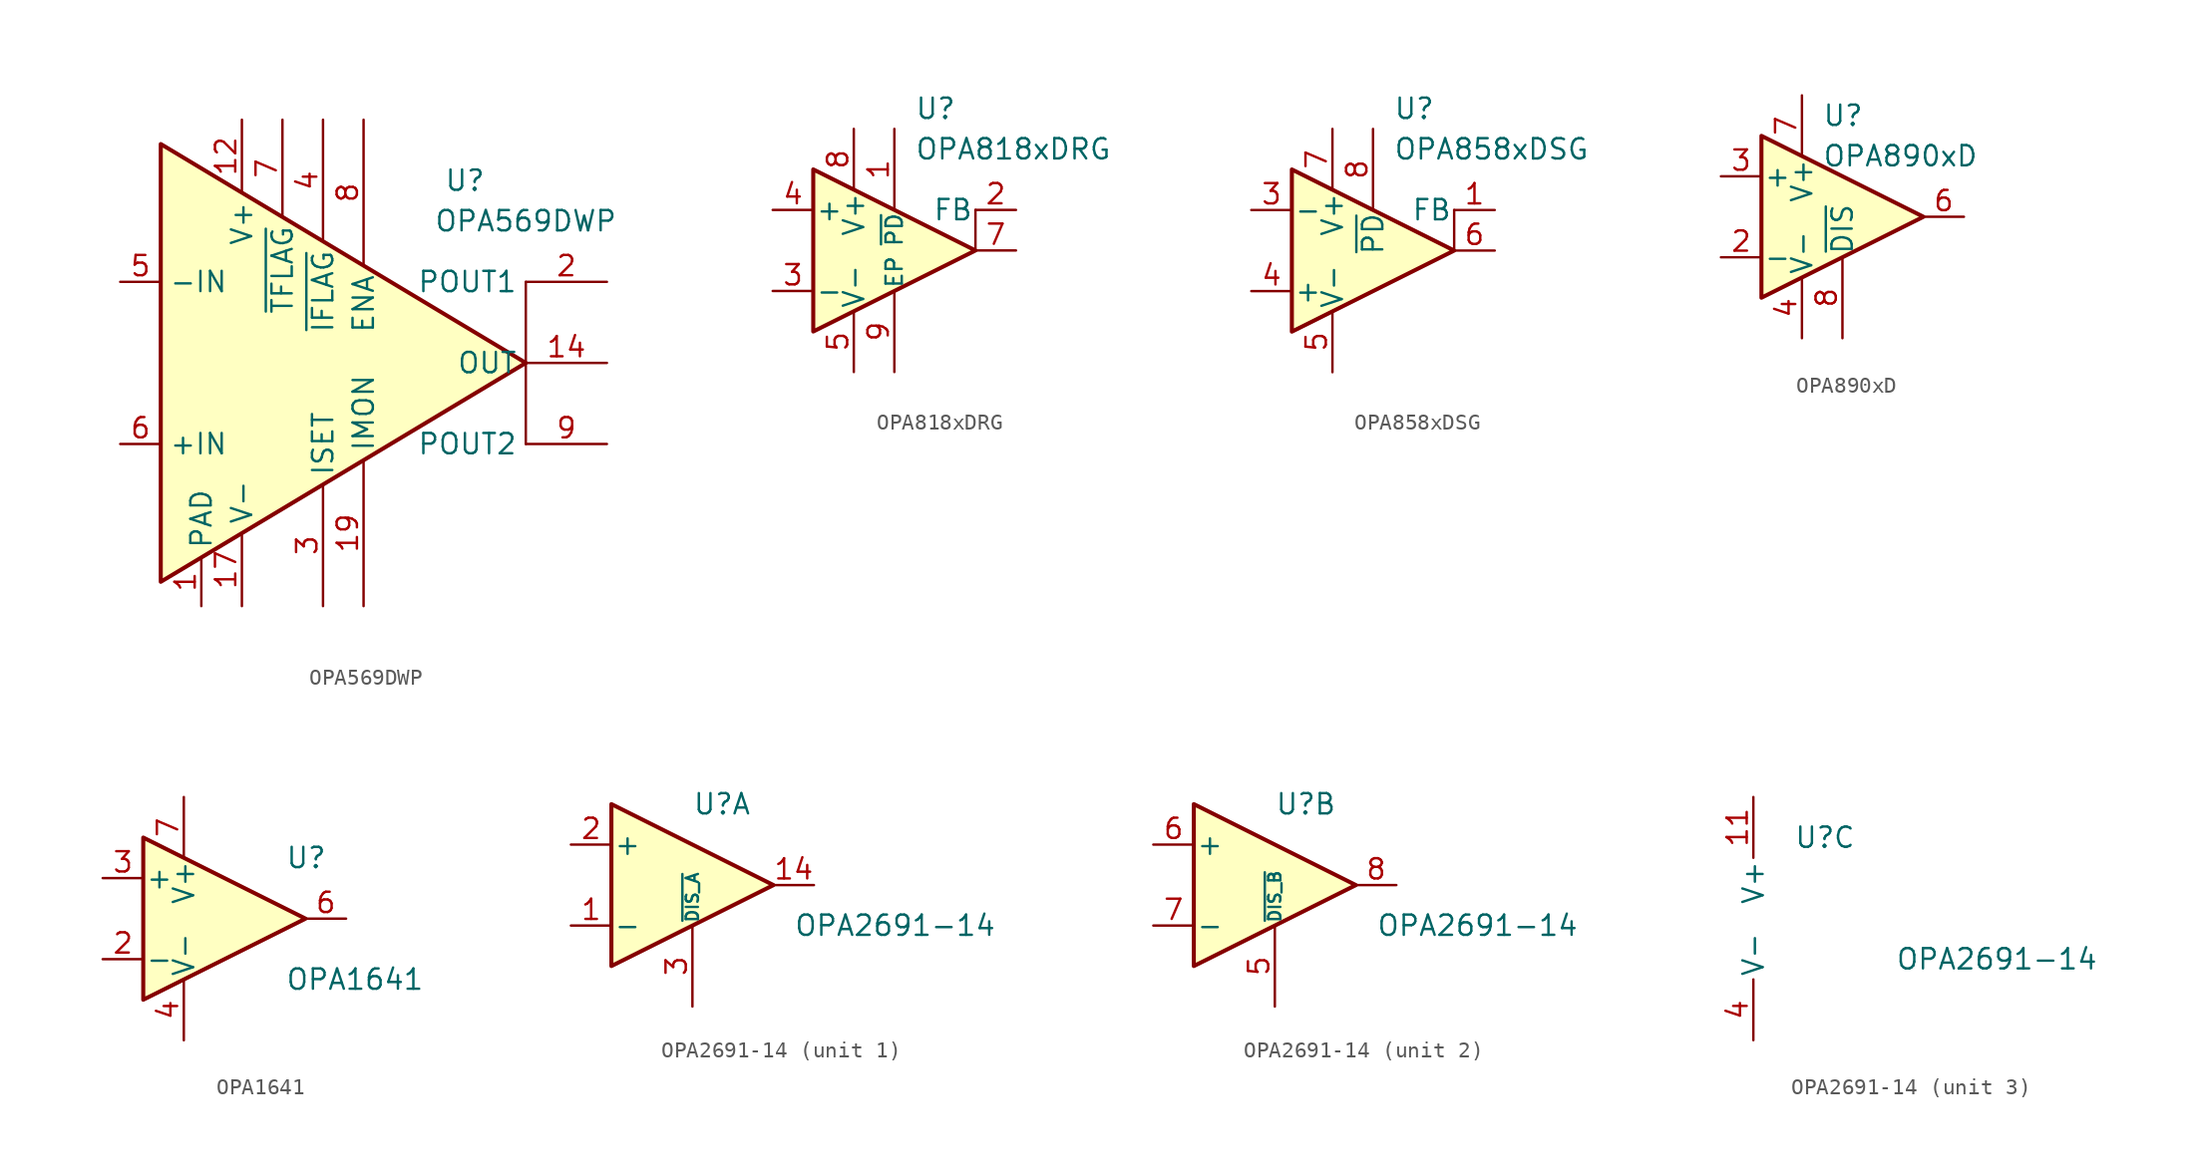
<source format=kicad_sym>
(kicad_symbol_lib
  (version 20231120)
  (generator "kicad_symbol_editor")
  (generator_version "8.0")
  (symbol "OPA569DWP"
    (property "Reference" "U"
      (at 6.35 11.43 0)
      (effects (font (size 1.27 1.27))))
    (property "Value" "OPA569DWP"
      (at 10.16 8.89 0)
      (effects (font (size 1.27 1.27))))
    (symbol "OPA569DWP_0_0"
      (pin no_connect line (at -12.7 0 0) (length 2.54) hide (name "NC" (effects (font (size 1.27 1.27)))) (number "16" (effects (font (size 1.27 1.27)))))
      (pin passive line (at -10.16 -15.24 90) (length 3.048) hide (name "PAD" (effects (font (size 1.27 1.27)))) (number "21" (effects (font (size 1.27 1.27))))))
    (symbol "OPA569DWP_0_1"
      (polyline (pts (xy 10.16 5.08) (xy 10.16 -5.08)) (stroke (width 0.152) (type default)) (fill (type none)))
      (polyline (pts (xy 10.16 0) (xy -12.7 -13.716) (xy -12.7 13.716) (xy 10.16 0)) (stroke (width 0.254) (type default)) (fill (type background))))
    (symbol "OPA569DWP_1_1"
      (pin power_in line (at -10.16 -15.24 90) (length 3.048) (name "PAD" (effects (font (size 1.27 1.27)))) (number "1" (effects (font (size 1.27 1.27)))))
      (pin passive line (at -10.16 -15.24 90) (length 3.048) hide (name "PAD" (effects (font (size 1.27 1.27)))) (number "10" (effects (font (size 1.27 1.27)))))
      (pin passive line (at -10.16 -15.24 90) (length 3.048) hide (name "PAD" (effects (font (size 1.27 1.27)))) (number "11" (effects (font (size 1.27 1.27)))))
      (pin power_in line (at -7.62 15.24 270) (length 4.572) (name "V+" (effects (font (size 1.27 1.27)))) (number "12" (effects (font (size 1.27 1.27)))))
      (pin passive line (at -7.62 15.24 270) (length 4.572) hide (name "V+" (effects (font (size 1.27 1.27)))) (number "13" (effects (font (size 1.27 1.27)))))
      (pin output line (at 15.24 0 180) (length 5.08) (name "OUT" (effects (font (size 1.27 1.27)))) (number "14" (effects (font (size 1.27 1.27)))))
      (pin passive line (at 15.24 0 180) (length 5.08) hide (name "OUT" (effects (font (size 1.27 1.27)))) (number "15" (effects (font (size 1.27 1.27)))))
      (pin power_in line (at -7.62 -15.24 90) (length 4.572) (name "V-" (effects (font (size 1.27 1.27)))) (number "17" (effects (font (size 1.27 1.27)))))
      (pin passive line (at -7.62 -15.24 90) (length 4.572) hide (name "V-" (effects (font (size 1.27 1.27)))) (number "18" (effects (font (size 1.27 1.27)))))
      (pin output line (at 0 -15.24 90) (length 9.144) (name "IMON" (effects (font (size 1.27 1.27)))) (number "19" (effects (font (size 1.27 1.27)))))
      (pin output line (at 15.24 5.08 180) (length 5.08) (name "POUT1" (effects (font (size 1.27 1.27)))) (number "2" (effects (font (size 1.27 1.27)))))
      (pin passive line (at -10.16 -15.24 90) (length 3.048) hide (name "PAD" (effects (font (size 1.27 1.27)))) (number "20" (effects (font (size 1.27 1.27)))))
      (pin output line (at -2.54 -15.24 90) (length 7.62) (name "ISET" (effects (font (size 1.27 1.27)))) (number "3" (effects (font (size 1.27 1.27)))))
      (pin output line (at -2.54 15.24 270) (length 7.62) (name "~{IFLAG}" (effects (font (size 1.27 1.27)))) (number "4" (effects (font (size 1.27 1.27)))))
      (pin input line (at -15.24 5.08 0) (length 2.54) (name "-IN" (effects (font (size 1.27 1.27)))) (number "5" (effects (font (size 1.27 1.27)))))
      (pin input line (at -15.24 -5.08 0) (length 2.54) (name "+IN" (effects (font (size 1.27 1.27)))) (number "6" (effects (font (size 1.27 1.27)))))
      (pin output line (at -5.08 15.24 270) (length 6.096) (name "~{TFLAG}" (effects (font (size 1.27 1.27)))) (number "7" (effects (font (size 1.27 1.27)))))
      (pin input line (at 0 15.24 270) (length 9.144) (name "ENA" (effects (font (size 1.27 1.27)))) (number "8" (effects (font (size 1.27 1.27)))))
      (pin output line (at 15.24 -5.08 180) (length 5.08) (name "POUT2" (effects (font (size 1.27 1.27)))) (number "9" (effects (font (size 1.27 1.27)))))))
  (symbol "OPA818xDRG"
    (pin_names
      (offset 0.127))
    (property "Reference" "U"
      (at 1.27 8.89 0)
      (effects (font (size 1.27 1.27)) (justify left)))
    (property "Value" "OPA818xDRG"
      (at 1.27 6.35 0)
      (effects (font (size 1.27 1.27)) (justify left)))
    (symbol "OPA818xDRG_0_0"
      (pin input line (at 0 7.62 270) (length 5.08) (name "~{PD}" (effects (font (size 1.016 1.016)))) (number "1" (effects (font (size 1.27 1.27)))))
      (pin power_in line (at -2.54 7.62 270) (length 3.81) (name "V+" (effects (font (size 1.27 1.27)))) (number "8" (effects (font (size 1.27 1.27)))))
      (pin passive line (at 0 -7.62 90) (length 5.08) (name "EP" (effects (font (size 1.016 1.016)))) (number "9" (effects (font (size 1.27 1.27))))))
    (symbol "OPA818xDRG_0_1"
      (polyline (pts (xy 5.08 0) (xy 5.08 2.54)) (stroke (width 0.152) (type default)) (fill (type none)))
      (polyline (pts (xy -5.08 5.08) (xy 5.08 0) (xy -5.08 -5.08) (xy -5.08 5.08)) (stroke (width 0.254) (type default)) (fill (type background)))
      (pin no_connect line (at -5.08 -5.08 90) (length 3.81) hide (name "NC" (effects (font (size 1.27 1.27)))) (number "6" (effects (font (size 1.27 1.27)))))
      (pin output line (at 7.62 0 180) (length 2.54) (name "~" (effects (font (size 1.27 1.27)))) (number "7" (effects (font (size 1.27 1.27))))))
    (symbol "OPA818xDRG_1_1"
      (pin output line (at 7.62 2.54 180) (length 2.54) (name "FB" (effects (font (size 1.27 1.27)))) (number "2" (effects (font (size 1.27 1.27)))))
      (pin input line (at -7.62 -2.54 0) (length 2.54) (name "-" (effects (font (size 1.27 1.27)))) (number "3" (effects (font (size 1.27 1.27)))))
      (pin input line (at -7.62 2.54 0) (length 2.54) (name "+" (effects (font (size 1.27 1.27)))) (number "4" (effects (font (size 1.27 1.27)))))
      (pin power_in line (at -2.54 -7.62 90) (length 3.81) (name "V-" (effects (font (size 1.27 1.27)))) (number "5" (effects (font (size 1.27 1.27)))))))
  (symbol "OPA858xDSG"
    (pin_names
      (offset 0.127))
    (property "Reference" "U"
      (at 1.27 8.89 0)
      (effects (font (size 1.27 1.27)) (justify left)))
    (property "Value" "OPA858xDSG"
      (at 1.27 6.35 0)
      (effects (font (size 1.27 1.27)) (justify left)))
    (symbol "OPA858xDSG_0_0"
      (pin power_in line (at -2.54 7.62 270) (length 3.81) (name "V+" (effects (font (size 1.27 1.27)))) (number "7" (effects (font (size 1.27 1.27)))))
      (pin input line (at 0 7.62 270) (length 5.08) (name "~{PD}" (effects (font (size 1.27 1.27)))) (number "8" (effects (font (size 1.27 1.27)))))
      (pin passive line (at -2.54 -7.62 90) (length 3.81) hide (name "V-" (effects (font (size 1.27 1.27)))) (number "9" (effects (font (size 1.27 1.27))))))
    (symbol "OPA858xDSG_0_1"
      (polyline (pts (xy 5.08 0) (xy 5.08 2.54)) (stroke (width 0.152) (type default)) (fill (type none)))
      (polyline (pts (xy -5.08 5.08) (xy 5.08 0) (xy -5.08 -5.08) (xy -5.08 5.08)) (stroke (width 0.254) (type default)) (fill (type background)))
      (pin no_connect line (at -5.08 -5.08 90) (length 3.81) hide (name "NC" (effects (font (size 1.27 1.27)))) (number "2" (effects (font (size 1.27 1.27)))))
      (pin output line (at 7.62 0 180) (length 2.54) (name "~" (effects (font (size 1.27 1.27)))) (number "6" (effects (font (size 1.27 1.27))))))
    (symbol "OPA858xDSG_1_1"
      (pin output line (at 7.62 2.54 180) (length 2.54) (name "FB" (effects (font (size 1.27 1.27)))) (number "1" (effects (font (size 1.27 1.27)))))
      (pin input line (at -7.62 2.54 0) (length 2.54) (name "-" (effects (font (size 1.27 1.27)))) (number "3" (effects (font (size 1.27 1.27)))))
      (pin input line (at -7.62 -2.54 0) (length 2.54) (name "+" (effects (font (size 1.27 1.27)))) (number "4" (effects (font (size 1.27 1.27)))))
      (pin power_in line (at -2.54 -7.62 90) (length 3.81) (name "V-" (effects (font (size 1.27 1.27)))) (number "5" (effects (font (size 1.27 1.27)))))))
  (symbol "OPA890xD"
    (pin_names
      (offset 0.127))
    (property "Reference" "U"
      (at -1.27 6.35 0)
      (effects (font (size 1.27 1.27)) (justify left)))
    (property "Value" "OPA890xD"
      (at -1.27 3.81 0)
      (effects (font (size 1.27 1.27)) (justify left)))
    (symbol "OPA890xD_0_1"
      (polyline (pts (xy -5.08 5.08) (xy 5.08 0) (xy -5.08 -5.08) (xy -5.08 5.08)) (stroke (width 0.254) (type default)) (fill (type background)))
      (pin power_in line (at -2.54 -7.62 90) (length 3.81) (name "V-" (effects (font (size 1.27 1.27)))) (number "4" (effects (font (size 1.27 1.27)))))
      (pin power_in line (at -2.54 7.62 270) (length 3.81) (name "V+" (effects (font (size 1.27 1.27)))) (number "7" (effects (font (size 1.27 1.27))))))
    (symbol "OPA890xD_1_1"
      (pin no_connect line (at -5.08 5.08 270) (length 2.54) hide (name "NC" (effects (font (size 1.27 1.27)))) (number "1" (effects (font (size 1.27 1.27)))))
      (pin input line (at -7.62 -2.54 0) (length 2.54) (name "-" (effects (font (size 1.27 1.27)))) (number "2" (effects (font (size 1.27 1.27)))))
      (pin input line (at -7.62 2.54 0) (length 2.54) (name "+" (effects (font (size 1.27 1.27)))) (number "3" (effects (font (size 1.27 1.27)))))
      (pin no_connect line (at -5.08 -5.08 90) (length 3.81) hide (name "NC" (effects (font (size 1.27 1.27)))) (number "5" (effects (font (size 1.27 1.27)))))
      (pin output line (at 7.62 0 180) (length 2.54) (name "~" (effects (font (size 1.27 1.27)))) (number "6" (effects (font (size 1.27 1.27)))))
      (pin input line (at 0 -7.62 90) (length 5.08) (name "~{DIS}" (effects (font (size 1.27 1.27)))) (number "8" (effects (font (size 1.27 1.27)))))))
  (symbol "OPA1641"
    (pin_names
      (offset 0.127))
    (property "Reference" "U"
      (at 3.81 3.81 0)
      (effects (font (size 1.27 1.27)) (justify left)))
    (property "Value" "OPA1641"
      (at 3.81 -3.81 0)
      (effects (font (size 1.27 1.27)) (justify left)))
    (symbol "OPA1641_0_1"
      (polyline (pts (xy 5.08 0) (xy -5.08 5.08) (xy -5.08 -5.08) (xy 5.08 0)) (stroke (width 0.254) (type default)) (fill (type background))))
    (symbol "OPA1641_1_1"
      (pin no_connect line (at -2.54 -2.54 90) (length 2.54) hide (name "NC" (effects (font (size 1.27 1.27)))) (number "1" (effects (font (size 1.27 1.27)))))
      (pin input line (at -7.62 -2.54 0) (length 2.54) (name "-" (effects (font (size 1.27 1.27)))) (number "2" (effects (font (size 1.27 1.27)))))
      (pin input line (at -7.62 2.54 0) (length 2.54) (name "+" (effects (font (size 1.27 1.27)))) (number "3" (effects (font (size 1.27 1.27)))))
      (pin power_in line (at -2.54 -7.62 90) (length 3.81) (name "V-" (effects (font (size 1.27 1.27)))) (number "4" (effects (font (size 1.27 1.27)))))
      (pin no_connect line (at 0 -2.54 90) (length 2.54) hide (name "NC" (effects (font (size 1.27 1.27)))) (number "5" (effects (font (size 1.27 1.27)))))
      (pin output line (at 7.62 0 180) (length 2.54) (name "~" (effects (font (size 1.27 1.27)))) (number "6" (effects (font (size 1.27 1.27)))))
      (pin power_in line (at -2.54 7.62 270) (length 3.81) (name "V+" (effects (font (size 1.27 1.27)))) (number "7" (effects (font (size 1.27 1.27)))))
      (pin no_connect line (at -5.08 -2.54 90) (length 2.54) hide (name "NC" (effects (font (size 1.27 1.27)))) (number "8" (effects (font (size 1.27 1.27)))))))
  (symbol "OPA2691-14"
    (pin_names
      (offset 0.127))
    (property "Reference" "U"
      (at 0 5.08 0)
      (effects (font (size 1.27 1.27)) (justify left)))
    (property "Value" "OPA2691-14"
      (at 6.35 -2.54 0)
      (effects (font (size 1.27 1.27)) (justify left)))
    (property "ki_locked" ""
      (at 0 0 0)
      (effects (font (size 1.27 1.27))))
    (symbol "OPA2691-14_1_1"
      (polyline (pts (xy -5.08 5.08) (xy 5.08 0) (xy -5.08 -5.08) (xy -5.08 5.08)) (stroke (width 0.254) (type default)) (fill (type background)))
      (pin input line (at -7.62 -2.54 0) (length 2.54) (name "-" (effects (font (size 1.27 1.27)))) (number "1" (effects (font (size 1.27 1.27)))))
      (pin no_connect line (at 0 -2.54 90) (length 2.54) hide (name "NC" (effects (font (size 1.27 1.27)))) (number "10" (effects (font (size 1.27 1.27)))))
      (pin output line (at 7.62 0 180) (length 2.54) (name "~" (effects (font (size 1.27 1.27)))) (number "14" (effects (font (size 1.27 1.27)))))
      (pin input line (at -7.62 2.54 0) (length 2.54) (name "+" (effects (font (size 1.27 1.27)))) (number "2" (effects (font (size 1.27 1.27)))))
      (pin input line (at 0 -7.62 90) (length 5.08) (name "~{DIS_A}" (effects (font (size 0.762 0.762)))) (number "3" (effects (font (size 1.27 1.27)))))
      (pin no_connect line (at -2.54 -2.54 90) (length 2.54) hide (name "NC" (effects (font (size 1.27 1.27)))) (number "9" (effects (font (size 1.27 1.27))))))
    (symbol "OPA2691-14_2_1"
      (polyline (pts (xy -5.08 5.08) (xy 5.08 0) (xy -5.08 -5.08) (xy -5.08 5.08)) (stroke (width 0.254) (type default)) (fill (type background)))
      (pin no_connect line (at -2.54 -2.54 90) (length 2.54) hide (name "NC" (effects (font (size 1.27 1.27)))) (number "12" (effects (font (size 1.27 1.27)))))
      (pin no_connect line (at 0 -2.54 90) (length 2.54) hide (name "NC" (effects (font (size 1.27 1.27)))) (number "13" (effects (font (size 1.27 1.27)))))
      (pin input line (at 0 -7.62 90) (length 5.08) (name "~{DIS_B}" (effects (font (size 0.762 0.762)))) (number "5" (effects (font (size 1.27 1.27)))))
      (pin input line (at -7.62 2.54 0) (length 2.54) (name "+" (effects (font (size 1.27 1.27)))) (number "6" (effects (font (size 1.27 1.27)))))
      (pin input line (at -7.62 -2.54 0) (length 2.54) (name "-" (effects (font (size 1.27 1.27)))) (number "7" (effects (font (size 1.27 1.27)))))
      (pin output line (at 7.62 0 180) (length 2.54) (name "~" (effects (font (size 1.27 1.27)))) (number "8" (effects (font (size 1.27 1.27))))))
    (symbol "OPA2691-14_3_1"
      (pin power_in line (at -2.54 7.62 270) (length 3.81) (name "V+" (effects (font (size 1.27 1.27)))) (number "11" (effects (font (size 1.27 1.27)))))
      (pin power_in line (at -2.54 -7.62 90) (length 3.81) (name "V-" (effects (font (size 1.27 1.27)))) (number "4" (effects (font (size 1.27 1.27))))))))
</source>
